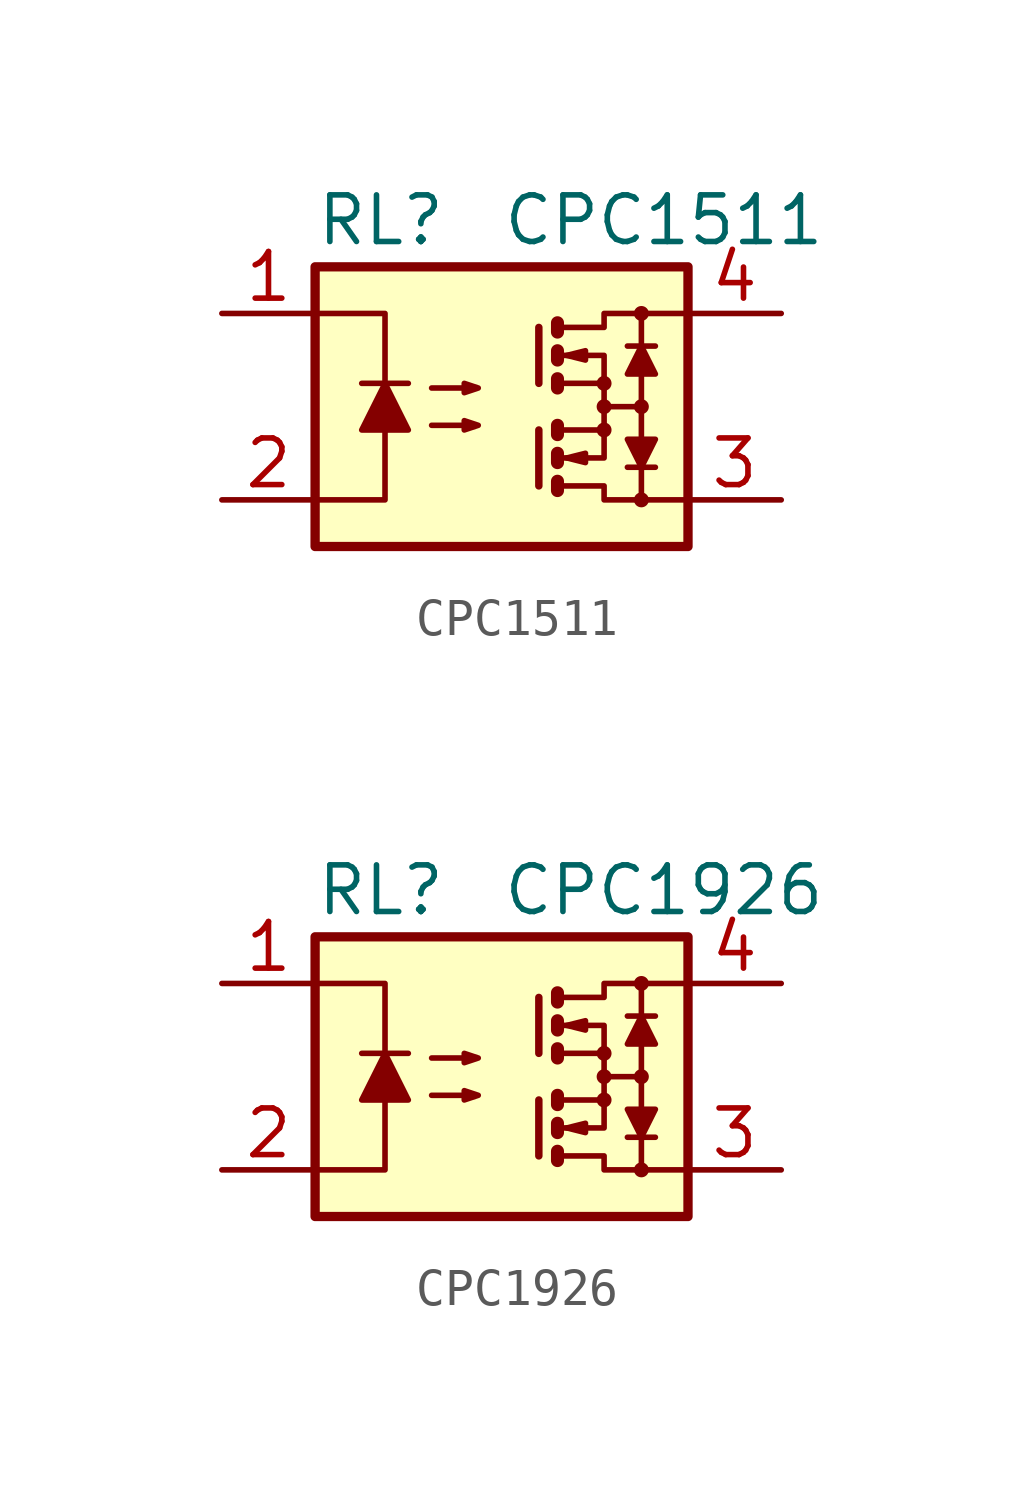
<source format=kicad_sym>
(kicad_symbol_lib
  (version 20220914)
  (generator kicad_symbol_editor)
  (symbol "CPC1511"
    (property "Reference" "RL"
      (at -5.08 5.08 0)
      (effects (font (size 1.27 1.27)) (justify left)))
    (property "Value" "CPC1511"
      (at 0 5.08 0)
      (effects (font (size 1.27 1.27)) (justify left)))
    (symbol "CPC1511_0_1"
      (rectangle (start -5.08 3.81) (end 5.08 -3.81) (stroke (width 0.254) (type default)) (fill (type background)))
      (polyline (pts (xy -3.81 0.635) (xy -2.54 0.635)) (stroke (width 0) (type default)) (fill (type none)))
      (polyline (pts (xy 1.016 -0.635) (xy 1.016 -2.159)) (stroke (width 0.203) (type default)) (fill (type none)))
      (polyline (pts (xy 1.016 2.159) (xy 1.016 0.635)) (stroke (width 0.203) (type default)) (fill (type none)))
      (polyline (pts (xy 1.524 -0.508) (xy 1.524 -0.762)) (stroke (width 0.356) (type default)) (fill (type none)))
      (polyline (pts (xy 2.794 0) (xy 3.81 0)) (stroke (width 0) (type default)) (fill (type none)))
      (polyline (pts (xy 3.429 -1.651) (xy 4.191 -1.651)) (stroke (width 0) (type default)) (fill (type none)))
      (polyline (pts (xy 3.429 1.651) (xy 4.191 1.651)) (stroke (width 0) (type default)) (fill (type none)))
      (polyline (pts (xy 3.81 -2.54) (xy 3.81 2.54)) (stroke (width 0) (type default)) (fill (type none)))
      (polyline (pts (xy 1.524 -2.032) (xy 1.524 -2.286) (xy 1.524 -2.286)) (stroke (width 0.356) (type default)) (fill (type none)))
      (polyline (pts (xy 1.524 -1.27) (xy 1.524 -1.524) (xy 1.524 -1.524)) (stroke (width 0.356) (type default)) (fill (type none)))
      (polyline (pts (xy 1.524 0.762) (xy 1.524 0.508) (xy 1.524 0.508)) (stroke (width 0.356) (type default)) (fill (type none)))
      (polyline (pts (xy 1.524 1.524) (xy 1.524 1.27) (xy 1.524 1.27)) (stroke (width 0.356) (type default)) (fill (type none)))
      (polyline (pts (xy 1.524 2.286) (xy 1.524 2.032) (xy 1.524 2.032)) (stroke (width 0.356) (type default)) (fill (type none)))
      (polyline (pts (xy 1.651 -1.397) (xy 2.794 -1.397) (xy 2.794 -0.635)) (stroke (width 0) (type default)) (fill (type none)))
      (polyline (pts (xy 1.651 1.397) (xy 2.794 1.397) (xy 2.794 0.635)) (stroke (width 0) (type default)) (fill (type none)))
      (polyline (pts (xy -5.08 2.54) (xy -3.175 2.54) (xy -3.175 -2.54) (xy -5.08 -2.54)) (stroke (width 0) (type default)) (fill (type none)))
      (polyline (pts (xy 1.651 -2.159) (xy 2.794 -2.159) (xy 2.794 -2.54) (xy 5.08 -2.54)) (stroke (width 0) (type default)) (fill (type none)))
      (polyline (pts (xy 1.651 -0.635) (xy 2.794 -0.635) (xy 2.794 0.635) (xy 1.651 0.635)) (stroke (width 0) (type default)) (fill (type none)))
      (polyline (pts (xy 1.651 2.159) (xy 2.794 2.159) (xy 2.794 2.54) (xy 5.08 2.54)) (stroke (width 0) (type default)) (fill (type none)))
      (polyline (pts (xy 1.778 -1.397) (xy 2.286 -1.27) (xy 2.286 -1.524) (xy 1.778 -1.397)) (stroke (width 0) (type default)) (fill (type none)))
      (polyline (pts (xy 1.778 1.397) (xy 2.286 1.524) (xy 2.286 1.27) (xy 1.778 1.397)) (stroke (width 0) (type default)) (fill (type none)))
      (polyline (pts (xy -1.905 -0.508) (xy -0.635 -0.508) (xy -1.016 -0.635) (xy -1.016 -0.381) (xy -0.635 -0.508)) (stroke (width 0) (type default)) (fill (type none)))
      (polyline (pts (xy -1.905 0.508) (xy -0.635 0.508) (xy -1.016 0.381) (xy -1.016 0.635) (xy -0.635 0.508)) (stroke (width 0) (type default)) (fill (type none)))
      (circle (center 2.794 -0.635) (radius 0.127) (stroke (width 0) (type default)) (fill (type none)))
      (circle (center 2.794 0) (radius 0.127) (stroke (width 0) (type default)) (fill (type none)))
      (circle (center 2.794 0.635) (radius 0.127) (stroke (width 0) (type default)) (fill (type none)))
      (circle (center 3.81 -2.54) (radius 0.127) (stroke (width 0) (type default)) (fill (type none)))
      (circle (center 3.81 0) (radius 0.127) (stroke (width 0) (type default)) (fill (type none)))
      (circle (center 3.81 2.54) (radius 0.127) (stroke (width 0) (type default)) (fill (type none))))
    (symbol "CPC1511_1_1"
      (polyline (pts (xy -3.175 0.635) (xy -3.81 -0.635) (xy -2.54 -0.635) (xy -3.175 0.635)) (stroke (width 0) (type default)) (fill (type outline)))
      (polyline (pts (xy 3.81 -1.651) (xy 3.429 -0.889) (xy 4.191 -0.889) (xy 3.81 -1.651)) (stroke (width 0) (type default)) (fill (type outline)))
      (polyline (pts (xy 3.81 1.651) (xy 3.429 0.889) (xy 4.191 0.889) (xy 3.81 1.651)) (stroke (width 0) (type default)) (fill (type outline)))
      (pin passive line (at -7.62 2.54 0) (length 2.54) (name "~" (effects (font (size 1.27 1.27)))) (number "1" (effects (font (size 1.27 1.27)))))
      (pin passive line (at -7.62 -2.54 0) (length 2.54) (name "~" (effects (font (size 1.27 1.27)))) (number "2" (effects (font (size 1.27 1.27)))))
      (pin passive line (at 7.62 -2.54 180) (length 2.54) (name "~" (effects (font (size 1.27 1.27)))) (number "3" (effects (font (size 1.27 1.27)))))
      (pin passive line (at 7.62 2.54 180) (length 2.54) (name "~" (effects (font (size 1.27 1.27)))) (number "4" (effects (font (size 1.27 1.27)))))))
  (symbol "CPC1926"
    (property "Reference" "RL"
      (at -5.08 5.08 0)
      (effects (font (size 1.27 1.27)) (justify left)))
    (property "Value" "CPC1926"
      (at 0 5.08 0)
      (effects (font (size 1.27 1.27)) (justify left)))
    (symbol "CPC1926_0_1"
      (rectangle (start -5.08 3.81) (end 5.08 -3.81) (stroke (width 0.254) (type default)) (fill (type background)))
      (polyline (pts (xy -3.81 0.635) (xy -2.54 0.635)) (stroke (width 0) (type default)) (fill (type none)))
      (polyline (pts (xy 1.016 -0.635) (xy 1.016 -2.159)) (stroke (width 0.203) (type default)) (fill (type none)))
      (polyline (pts (xy 1.016 2.159) (xy 1.016 0.635)) (stroke (width 0.203) (type default)) (fill (type none)))
      (polyline (pts (xy 1.524 -0.508) (xy 1.524 -0.762)) (stroke (width 0.356) (type default)) (fill (type none)))
      (polyline (pts (xy 2.794 0) (xy 3.81 0)) (stroke (width 0) (type default)) (fill (type none)))
      (polyline (pts (xy 3.429 -1.651) (xy 4.191 -1.651)) (stroke (width 0) (type default)) (fill (type none)))
      (polyline (pts (xy 3.429 1.651) (xy 4.191 1.651)) (stroke (width 0) (type default)) (fill (type none)))
      (polyline (pts (xy 3.81 -2.54) (xy 3.81 2.54)) (stroke (width 0) (type default)) (fill (type none)))
      (polyline (pts (xy 1.524 -2.032) (xy 1.524 -2.286) (xy 1.524 -2.286)) (stroke (width 0.356) (type default)) (fill (type none)))
      (polyline (pts (xy 1.524 -1.27) (xy 1.524 -1.524) (xy 1.524 -1.524)) (stroke (width 0.356) (type default)) (fill (type none)))
      (polyline (pts (xy 1.524 0.762) (xy 1.524 0.508) (xy 1.524 0.508)) (stroke (width 0.356) (type default)) (fill (type none)))
      (polyline (pts (xy 1.524 1.524) (xy 1.524 1.27) (xy 1.524 1.27)) (stroke (width 0.356) (type default)) (fill (type none)))
      (polyline (pts (xy 1.524 2.286) (xy 1.524 2.032) (xy 1.524 2.032)) (stroke (width 0.356) (type default)) (fill (type none)))
      (polyline (pts (xy 1.651 -1.397) (xy 2.794 -1.397) (xy 2.794 -0.635)) (stroke (width 0) (type default)) (fill (type none)))
      (polyline (pts (xy 1.651 1.397) (xy 2.794 1.397) (xy 2.794 0.635)) (stroke (width 0) (type default)) (fill (type none)))
      (polyline (pts (xy -5.08 2.54) (xy -3.175 2.54) (xy -3.175 -2.54) (xy -5.08 -2.54)) (stroke (width 0) (type default)) (fill (type none)))
      (polyline (pts (xy 1.651 -2.159) (xy 2.794 -2.159) (xy 2.794 -2.54) (xy 5.08 -2.54)) (stroke (width 0) (type default)) (fill (type none)))
      (polyline (pts (xy 1.651 -0.635) (xy 2.794 -0.635) (xy 2.794 0.635) (xy 1.651 0.635)) (stroke (width 0) (type default)) (fill (type none)))
      (polyline (pts (xy 1.651 2.159) (xy 2.794 2.159) (xy 2.794 2.54) (xy 5.08 2.54)) (stroke (width 0) (type default)) (fill (type none)))
      (polyline (pts (xy 1.778 -1.397) (xy 2.286 -1.27) (xy 2.286 -1.524) (xy 1.778 -1.397)) (stroke (width 0) (type default)) (fill (type none)))
      (polyline (pts (xy 1.778 1.397) (xy 2.286 1.524) (xy 2.286 1.27) (xy 1.778 1.397)) (stroke (width 0) (type default)) (fill (type none)))
      (polyline (pts (xy -1.905 -0.508) (xy -0.635 -0.508) (xy -1.016 -0.635) (xy -1.016 -0.381) (xy -0.635 -0.508)) (stroke (width 0) (type default)) (fill (type none)))
      (polyline (pts (xy -1.905 0.508) (xy -0.635 0.508) (xy -1.016 0.381) (xy -1.016 0.635) (xy -0.635 0.508)) (stroke (width 0) (type default)) (fill (type none)))
      (circle (center 2.794 -0.635) (radius 0.127) (stroke (width 0) (type default)) (fill (type none)))
      (circle (center 2.794 0) (radius 0.127) (stroke (width 0) (type default)) (fill (type none)))
      (circle (center 2.794 0.635) (radius 0.127) (stroke (width 0) (type default)) (fill (type none)))
      (circle (center 3.81 -2.54) (radius 0.127) (stroke (width 0) (type default)) (fill (type none)))
      (circle (center 3.81 0) (radius 0.127) (stroke (width 0) (type default)) (fill (type none)))
      (circle (center 3.81 2.54) (radius 0.127) (stroke (width 0) (type default)) (fill (type none))))
    (symbol "CPC1926_1_1"
      (polyline (pts (xy -3.175 0.635) (xy -2.54 -0.635) (xy -3.81 -0.635) (xy -3.175 0.635)) (stroke (width 0) (type default)) (fill (type outline)))
      (polyline (pts (xy 3.81 -1.651) (xy 3.429 -0.889) (xy 4.191 -0.889) (xy 3.81 -1.651)) (stroke (width 0) (type default)) (fill (type outline)))
      (polyline (pts (xy 3.81 1.651) (xy 3.429 0.889) (xy 4.191 0.889) (xy 3.81 1.651)) (stroke (width 0) (type default)) (fill (type outline)))
      (pin passive line (at -7.62 2.54 0) (length 2.54) (name "~" (effects (font (size 1.27 1.27)))) (number "1" (effects (font (size 1.27 1.27)))))
      (pin passive line (at -7.62 -2.54 0) (length 2.54) (name "~" (effects (font (size 1.27 1.27)))) (number "2" (effects (font (size 1.27 1.27)))))
      (pin passive line (at 7.62 -2.54 180) (length 2.54) (name "~" (effects (font (size 1.27 1.27)))) (number "3" (effects (font (size 1.27 1.27)))))
      (pin passive line (at 7.62 2.54 180) (length 2.54) (name "~" (effects (font (size 1.27 1.27)))) (number "4" (effects (font (size 1.27 1.27))))))))
</source>
